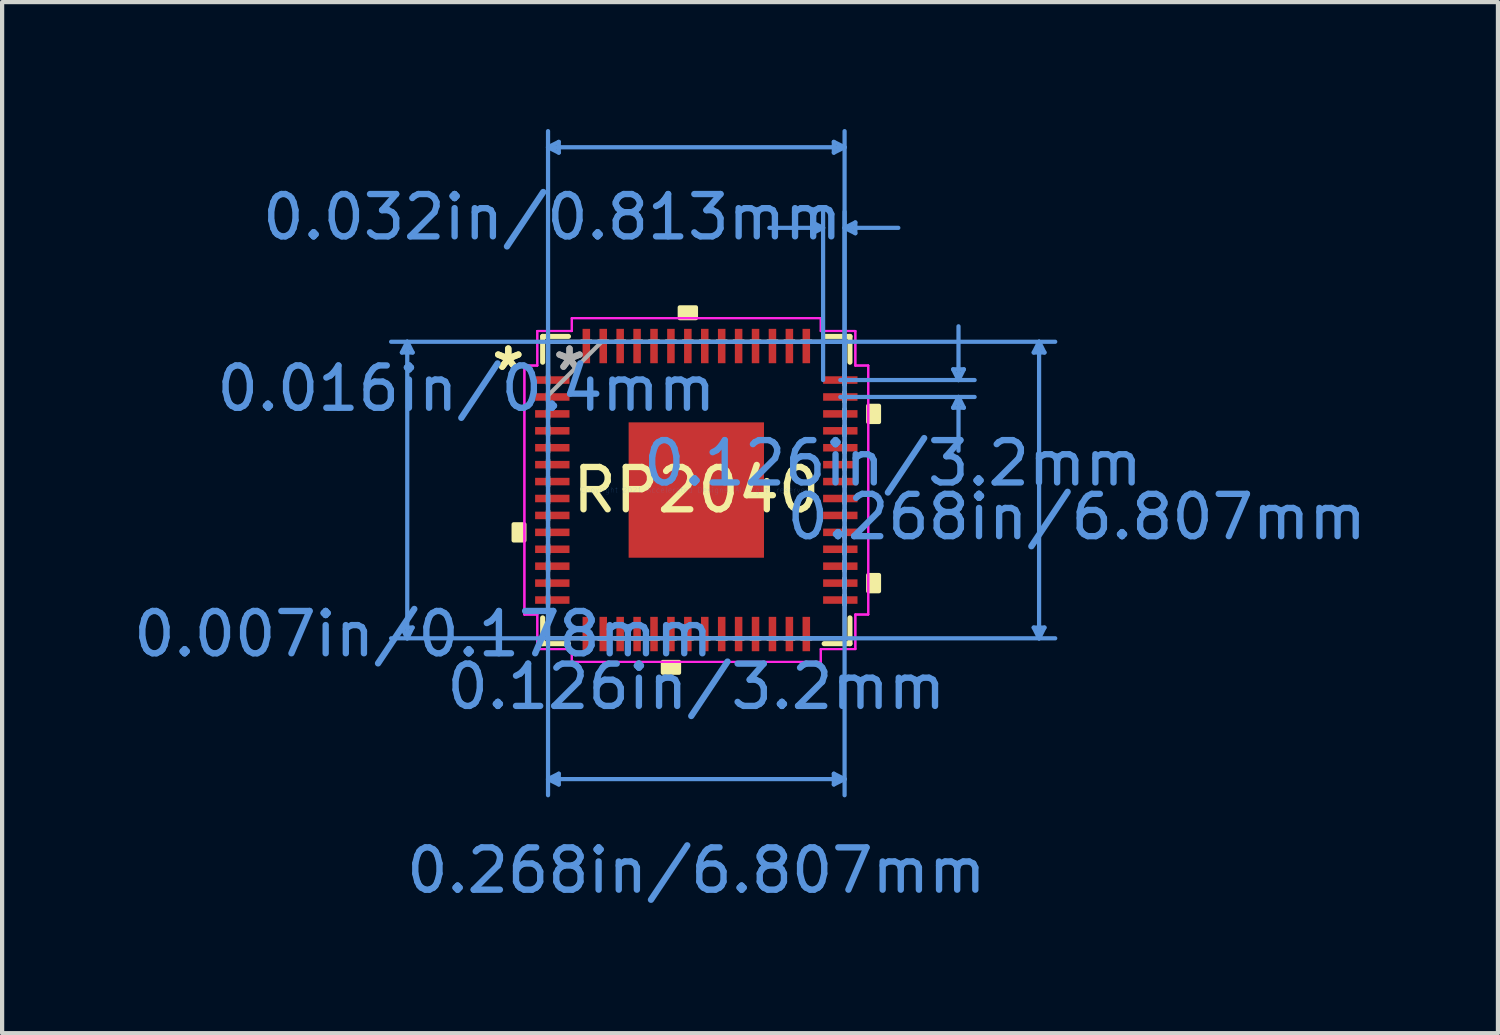
<source format=kicad_pcb>
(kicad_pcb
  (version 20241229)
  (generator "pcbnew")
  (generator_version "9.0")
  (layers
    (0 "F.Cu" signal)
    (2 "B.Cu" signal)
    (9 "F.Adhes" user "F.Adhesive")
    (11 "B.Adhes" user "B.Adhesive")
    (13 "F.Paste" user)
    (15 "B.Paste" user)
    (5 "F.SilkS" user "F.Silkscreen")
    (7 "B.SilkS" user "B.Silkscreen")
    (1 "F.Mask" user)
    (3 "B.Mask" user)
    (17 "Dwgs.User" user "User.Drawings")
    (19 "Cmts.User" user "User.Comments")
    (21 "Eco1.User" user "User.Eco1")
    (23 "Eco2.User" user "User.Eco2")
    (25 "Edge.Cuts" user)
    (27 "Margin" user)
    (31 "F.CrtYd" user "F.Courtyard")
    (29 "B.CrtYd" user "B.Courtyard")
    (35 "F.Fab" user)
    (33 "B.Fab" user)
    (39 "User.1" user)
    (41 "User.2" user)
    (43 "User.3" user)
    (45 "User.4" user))
  (footprint "RP2040"
    (layer "F.Cu")
    (at 13.41 8.534)
    (property "Reference" "RP2040" (at 0 0 0) (layer "F.SilkS") (effects (font (size 1 1) (thickness 0.15))))
    (attr through_hole)
    (fp_line (start -3.632 -3.632) (end -3.632 -3.022) (stroke (width 0.12) (type solid)) (layer "F.SilkS"))
    (fp_line (start -3.632 3.022) (end -3.632 3.632) (stroke (width 0.12) (type solid)) (layer "F.SilkS"))
    (fp_line (start -3.632 3.632) (end -3.022 3.632) (stroke (width 0.12) (type solid)) (layer "F.SilkS"))
    (fp_line (start -3.022 -3.632) (end -3.632 -3.632) (stroke (width 0.12) (type solid)) (layer "F.SilkS"))
    (fp_line (start 3.022 3.632) (end 3.632 3.632) (stroke (width 0.12) (type solid)) (layer "F.SilkS"))
    (fp_line (start 3.632 -3.632) (end 3.022 -3.632) (stroke (width 0.12) (type solid)) (layer "F.SilkS"))
    (fp_line (start 3.632 -3.022) (end 3.632 -3.632) (stroke (width 0.12) (type solid)) (layer "F.SilkS"))
    (fp_line (start 3.632 3.632) (end 3.632 3.022) (stroke (width 0.12) (type solid)) (layer "F.SilkS"))
    (fp_poly (pts (xy -4.318 0.81) (xy -4.318 1.191) (xy -4.064 1.191) (xy -4.064 0.81)) (stroke (width 0.1) (type solid)) (fill yes) (layer "F.SilkS"))
    (fp_poly (pts (xy -0.79 4.064) (xy -0.79 4.318) (xy -0.409 4.318) (xy -0.409 4.064)) (stroke (width 0.1) (type solid)) (fill yes) (layer "F.SilkS"))
    (fp_poly (pts (xy -0.391 -4.064) (xy -0.391 -4.318) (xy -0.009 -4.318) (xy -0.009 -4.064)) (stroke (width 0.1) (type solid)) (fill yes) (layer "F.SilkS"))
    (fp_poly (pts (xy 4.318 -1.99) (xy 4.318 -1.609) (xy 4.064 -1.609) (xy 4.064 -1.99)) (stroke (width 0.1) (type solid)) (fill yes) (layer "F.SilkS"))
    (fp_poly (pts (xy 4.318 2.01) (xy 4.318 2.391) (xy 4.064 2.391) (xy 4.064 2.01)) (stroke (width 0.1) (type solid)) (fill yes) (layer "F.SilkS"))
    (fp_poly (pts (xy -1.5 -1.5) (xy -1.5 -0.1) (xy -0.1 -0.1) (xy -0.1 -1.5)) (stroke (width 0.1) (type solid)) (fill yes) (layer "F.Paste"))
    (fp_poly (pts (xy -1.5 0.1) (xy -1.5 1.5) (xy -0.1 1.5) (xy -0.1 0.1)) (stroke (width 0.1) (type solid)) (fill yes) (layer "F.Paste"))
    (fp_poly (pts (xy 0.1 -1.5) (xy 0.1 -0.1) (xy 1.5 -0.1) (xy 1.5 -1.5)) (stroke (width 0.1) (type solid)) (fill yes) (layer "F.Paste"))
    (fp_poly (pts (xy 0.1 0.1) (xy 0.1 1.5) (xy 1.5 1.5) (xy 1.5 0.1)) (stroke (width 0.1) (type solid)) (fill yes) (layer "F.Paste"))
    (fp_line (start -6.96 -3.251) (end -6.706 -3.251) (stroke (width 0.1) (type solid)) (layer "Cmts.User"))
    (fp_line (start -6.96 3.251) (end -6.706 3.251) (stroke (width 0.1) (type solid)) (layer "Cmts.User"))
    (fp_line (start -6.833 -3.505) (end -6.96 -3.251) (stroke (width 0.1) (type solid)) (layer "Cmts.User"))
    (fp_line (start -6.833 -3.505) (end -6.833 3.505) (stroke (width 0.1) (type solid)) (layer "Cmts.User"))
    (fp_line (start -6.833 -3.505) (end -6.706 -3.251) (stroke (width 0.1) (type solid)) (layer "Cmts.User"))
    (fp_line (start -6.833 3.505) (end -6.96 3.251) (stroke (width 0.1) (type solid)) (layer "Cmts.User"))
    (fp_line (start -6.833 3.505) (end -6.706 3.251) (stroke (width 0.1) (type solid)) (layer "Cmts.User"))
    (fp_line (start -3.505 -8.103) (end -3.251 -8.23) (stroke (width 0.1) (type solid)) (layer "Cmts.User"))
    (fp_line (start -3.505 -8.103) (end -3.251 -7.976) (stroke (width 0.1) (type solid)) (layer "Cmts.User"))
    (fp_line (start -3.505 -8.103) (end 3.505 -8.103) (stroke (width 0.1) (type solid)) (layer "Cmts.User"))
    (fp_line (start -3.505 -3.505) (end -3.505 7.214) (stroke (width 0.1) (type solid)) (layer "Cmts.User"))
    (fp_line (start -3.505 -2.6) (end -3.505 -8.484) (stroke (width 0.1) (type solid)) (layer "Cmts.User"))
    (fp_line (start -3.505 6.833) (end -3.251 6.706) (stroke (width 0.1) (type solid)) (layer "Cmts.User"))
    (fp_line (start -3.505 6.833) (end -3.251 6.96) (stroke (width 0.1) (type solid)) (layer "Cmts.User"))
    (fp_line (start -3.505 6.833) (end 3.505 6.833) (stroke (width 0.1) (type solid)) (layer "Cmts.User"))
    (fp_line (start -3.251 -8.23) (end -3.251 -7.976) (stroke (width 0.1) (type solid)) (layer "Cmts.User"))
    (fp_line (start -3.251 6.706) (end -3.251 6.96) (stroke (width 0.1) (type solid)) (layer "Cmts.User"))
    (fp_line (start 2.6 -3.505) (end 8.484 -3.505) (stroke (width 0.1) (type solid)) (layer "Cmts.User"))
    (fp_line (start 2.6 3.505) (end 8.484 3.505) (stroke (width 0.1) (type solid)) (layer "Cmts.User"))
    (fp_line (start 2.743 -6.325) (end 2.743 -6.071) (stroke (width 0.1) (type solid)) (layer "Cmts.User"))
    (fp_line (start 2.997 -6.198) (end 1.727 -6.198) (stroke (width 0.1) (type solid)) (layer "Cmts.User"))
    (fp_line (start 2.997 -6.198) (end 2.743 -6.325) (stroke (width 0.1) (type solid)) (layer "Cmts.User"))
    (fp_line (start 2.997 -6.198) (end 2.743 -6.071) (stroke (width 0.1) (type solid)) (layer "Cmts.User"))
    (fp_line (start 2.997 -2.6) (end 2.997 -6.579) (stroke (width 0.1) (type solid)) (layer "Cmts.User"))
    (fp_line (start 3.251 -8.23) (end 3.251 -7.976) (stroke (width 0.1) (type solid)) (layer "Cmts.User"))
    (fp_line (start 3.251 6.706) (end 3.251 6.96) (stroke (width 0.1) (type solid)) (layer "Cmts.User"))
    (fp_line (start 3.404 -2.6) (end 6.579 -2.6) (stroke (width 0.1) (type solid)) (layer "Cmts.User"))
    (fp_line (start 3.404 -2.2) (end 6.579 -2.2) (stroke (width 0.1) (type solid)) (layer "Cmts.User"))
    (fp_line (start 3.505 -8.103) (end 3.251 -8.23) (stroke (width 0.1) (type solid)) (layer "Cmts.User"))
    (fp_line (start 3.505 -8.103) (end 3.251 -7.976) (stroke (width 0.1) (type solid)) (layer "Cmts.User"))
    (fp_line (start 3.505 -6.198) (end 3.759 -6.325) (stroke (width 0.1) (type solid)) (layer "Cmts.User"))
    (fp_line (start 3.505 -6.198) (end 3.759 -6.071) (stroke (width 0.1) (type solid)) (layer "Cmts.User"))
    (fp_line (start 3.505 -6.198) (end 4.775 -6.198) (stroke (width 0.1) (type solid)) (layer "Cmts.User"))
    (fp_line (start 3.505 -3.505) (end -7.214 -3.505) (stroke (width 0.1) (type solid)) (layer "Cmts.User"))
    (fp_line (start 3.505 -3.505) (end 3.505 7.214) (stroke (width 0.1) (type solid)) (layer "Cmts.User"))
    (fp_line (start 3.505 -2.6) (end 3.505 -8.484) (stroke (width 0.1) (type solid)) (layer "Cmts.User"))
    (fp_line (start 3.505 -2.6) (end 3.505 -6.579) (stroke (width 0.1) (type solid)) (layer "Cmts.User"))
    (fp_line (start 3.505 3.505) (end -7.214 3.505) (stroke (width 0.1) (type solid)) (layer "Cmts.User"))
    (fp_line (start 3.505 6.833) (end 3.251 6.706) (stroke (width 0.1) (type solid)) (layer "Cmts.User"))
    (fp_line (start 3.505 6.833) (end 3.251 6.96) (stroke (width 0.1) (type solid)) (layer "Cmts.User"))
    (fp_line (start 3.759 -6.325) (end 3.759 -6.071) (stroke (width 0.1) (type solid)) (layer "Cmts.User"))
    (fp_line (start 6.071 -2.854) (end 6.325 -2.854) (stroke (width 0.1) (type solid)) (layer "Cmts.User"))
    (fp_line (start 6.071 -1.946) (end 6.325 -1.946) (stroke (width 0.1) (type solid)) (layer "Cmts.User"))
    (fp_line (start 6.198 -2.6) (end 6.071 -2.854) (stroke (width 0.1) (type solid)) (layer "Cmts.User"))
    (fp_line (start 6.198 -2.6) (end 6.198 -3.87) (stroke (width 0.1) (type solid)) (layer "Cmts.User"))
    (fp_line (start 6.198 -2.6) (end 6.325 -2.854) (stroke (width 0.1) (type solid)) (layer "Cmts.User"))
    (fp_line (start 6.198 -2.2) (end 6.071 -1.946) (stroke (width 0.1) (type solid)) (layer "Cmts.User"))
    (fp_line (start 6.198 -2.2) (end 6.198 -0.93) (stroke (width 0.1) (type solid)) (layer "Cmts.User"))
    (fp_line (start 6.198 -2.2) (end 6.325 -1.946) (stroke (width 0.1) (type solid)) (layer "Cmts.User"))
    (fp_line (start 7.976 -3.251) (end 8.23 -3.251) (stroke (width 0.1) (type solid)) (layer "Cmts.User"))
    (fp_line (start 7.976 3.251) (end 8.23 3.251) (stroke (width 0.1) (type solid)) (layer "Cmts.User"))
    (fp_line (start 8.103 -3.505) (end 7.976 -3.251) (stroke (width 0.1) (type solid)) (layer "Cmts.User"))
    (fp_line (start 8.103 -3.505) (end 8.103 3.505) (stroke (width 0.1) (type solid)) (layer "Cmts.User"))
    (fp_line (start 8.103 -3.505) (end 8.23 -3.251) (stroke (width 0.1) (type solid)) (layer "Cmts.User"))
    (fp_line (start 8.103 3.505) (end 7.976 3.251) (stroke (width 0.1) (type solid)) (layer "Cmts.User"))
    (fp_line (start 8.103 3.505) (end 8.23 3.251) (stroke (width 0.1) (type solid)) (layer "Cmts.User"))
    (fp_line (start -4.064 -2.943) (end -3.759 -2.943) (stroke (width 0.05) (type solid)) (layer "F.CrtYd"))
    (fp_line (start -4.064 -2.943) (end -3.759 -2.943) (stroke (width 0.05) (type solid)) (layer "F.CrtYd"))
    (fp_line (start -4.064 2.943) (end -4.064 -2.943) (stroke (width 0.05) (type solid)) (layer "F.CrtYd"))
    (fp_line (start -4.064 2.943) (end -4.064 -2.943) (stroke (width 0.05) (type solid)) (layer "F.CrtYd"))
    (fp_line (start -3.759 -3.759) (end -2.943 -3.759) (stroke (width 0.05) (type solid)) (layer "F.CrtYd"))
    (fp_line (start -3.759 -3.759) (end -2.943 -3.759) (stroke (width 0.05) (type solid)) (layer "F.CrtYd"))
    (fp_line (start -3.759 -2.943) (end -3.759 -3.759) (stroke (width 0.05) (type solid)) (layer "F.CrtYd"))
    (fp_line (start -3.759 -2.943) (end -3.759 -3.759) (stroke (width 0.05) (type solid)) (layer "F.CrtYd"))
    (fp_line (start -3.759 2.943) (end -4.064 2.943) (stroke (width 0.05) (type solid)) (layer "F.CrtYd"))
    (fp_line (start -3.759 2.943) (end -4.064 2.943) (stroke (width 0.05) (type solid)) (layer "F.CrtYd"))
    (fp_line (start -3.759 3.759) (end -3.759 2.943) (stroke (width 0.05) (type solid)) (layer "F.CrtYd"))
    (fp_line (start -3.759 3.759) (end -3.759 2.943) (stroke (width 0.05) (type solid)) (layer "F.CrtYd"))
    (fp_line (start -2.943 -4.064) (end 2.943 -4.064) (stroke (width 0.05) (type solid)) (layer "F.CrtYd"))
    (fp_line (start -2.943 -4.064) (end 2.943 -4.064) (stroke (width 0.05) (type solid)) (layer "F.CrtYd"))
    (fp_line (start -2.943 -3.759) (end -2.943 -4.064) (stroke (width 0.05) (type solid)) (layer "F.CrtYd"))
    (fp_line (start -2.943 -3.759) (end -2.943 -4.064) (stroke (width 0.05) (type solid)) (layer "F.CrtYd"))
    (fp_line (start -2.943 3.759) (end -3.759 3.759) (stroke (width 0.05) (type solid)) (layer "F.CrtYd"))
    (fp_line (start -2.943 3.759) (end -3.759 3.759) (stroke (width 0.05) (type solid)) (layer "F.CrtYd"))
    (fp_line (start -2.943 4.064) (end -2.943 3.759) (stroke (width 0.05) (type solid)) (layer "F.CrtYd"))
    (fp_line (start -2.943 4.064) (end -2.943 3.759) (stroke (width 0.05) (type solid)) (layer "F.CrtYd"))
    (fp_line (start 2.943 -4.064) (end 2.943 -3.759) (stroke (width 0.05) (type solid)) (layer "F.CrtYd"))
    (fp_line (start 2.943 -4.064) (end 2.943 -3.759) (stroke (width 0.05) (type solid)) (layer "F.CrtYd"))
    (fp_line (start 2.943 -3.759) (end 3.759 -3.759) (stroke (width 0.05) (type solid)) (layer "F.CrtYd"))
    (fp_line (start 2.943 -3.759) (end 3.759 -3.759) (stroke (width 0.05) (type solid)) (layer "F.CrtYd"))
    (fp_line (start 2.943 3.759) (end 2.943 4.064) (stroke (width 0.05) (type solid)) (layer "F.CrtYd"))
    (fp_line (start 2.943 3.759) (end 2.943 4.064) (stroke (width 0.05) (type solid)) (layer "F.CrtYd"))
    (fp_line (start 2.943 4.064) (end -2.943 4.064) (stroke (width 0.05) (type solid)) (layer "F.CrtYd"))
    (fp_line (start 2.943 4.064) (end -2.943 4.064) (stroke (width 0.05) (type solid)) (layer "F.CrtYd"))
    (fp_line (start 3.759 -3.759) (end 3.759 -2.943) (stroke (width 0.05) (type solid)) (layer "F.CrtYd"))
    (fp_line (start 3.759 -3.759) (end 3.759 -2.943) (stroke (width 0.05) (type solid)) (layer "F.CrtYd"))
    (fp_line (start 3.759 -2.943) (end 4.064 -2.943) (stroke (width 0.05) (type solid)) (layer "F.CrtYd"))
    (fp_line (start 3.759 -2.943) (end 4.064 -2.943) (stroke (width 0.05) (type solid)) (layer "F.CrtYd"))
    (fp_line (start 3.759 2.943) (end 3.759 3.759) (stroke (width 0.05) (type solid)) (layer "F.CrtYd"))
    (fp_line (start 3.759 2.943) (end 3.759 3.759) (stroke (width 0.05) (type solid)) (layer "F.CrtYd"))
    (fp_line (start 3.759 3.759) (end 2.943 3.759) (stroke (width 0.05) (type solid)) (layer "F.CrtYd"))
    (fp_line (start 3.759 3.759) (end 2.943 3.759) (stroke (width 0.05) (type solid)) (layer "F.CrtYd"))
    (fp_line (start 4.064 -2.943) (end 4.064 2.943) (stroke (width 0.05) (type solid)) (layer "F.CrtYd"))
    (fp_line (start 4.064 -2.943) (end 4.064 2.943) (stroke (width 0.05) (type solid)) (layer "F.CrtYd"))
    (fp_line (start 4.064 2.943) (end 3.759 2.943) (stroke (width 0.05) (type solid)) (layer "F.CrtYd"))
    (fp_line (start 4.064 2.943) (end 3.759 2.943) (stroke (width 0.05) (type solid)) (layer "F.CrtYd"))
    (fp_line (start -3.505 -3.505) (end -3.505 -3.505) (stroke (width 0.1) (type solid)) (layer "F.Fab"))
    (fp_line (start -3.505 -3.505) (end -3.505 3.505) (stroke (width 0.1) (type solid)) (layer "F.Fab"))
    (fp_line (start -3.505 -2.714) (end -3.505 -2.714) (stroke (width 0.1) (type solid)) (layer "F.Fab"))
    (fp_line (start -3.505 -2.714) (end -3.505 -2.486) (stroke (width 0.1) (type solid)) (layer "F.Fab"))
    (fp_line (start -3.505 -2.486) (end -3.505 -2.714) (stroke (width 0.1) (type solid)) (layer "F.Fab"))
    (fp_line (start -3.505 -2.486) (end -3.505 -2.486) (stroke (width 0.1) (type solid)) (layer "F.Fab"))
    (fp_line (start -3.505 -2.314) (end -3.505 -2.314) (stroke (width 0.1) (type solid)) (layer "F.Fab"))
    (fp_line (start -3.505 -2.314) (end -3.505 -2.086) (stroke (width 0.1) (type solid)) (layer "F.Fab"))
    (fp_line (start -3.505 -2.235) (end -2.235 -3.505) (stroke (width 0.1) (type solid)) (layer "F.Fab"))
    (fp_line (start -3.505 -2.086) (end -3.505 -2.314) (stroke (width 0.1) (type solid)) (layer "F.Fab"))
    (fp_line (start -3.505 -2.086) (end -3.505 -2.086) (stroke (width 0.1) (type solid)) (layer "F.Fab"))
    (fp_line (start -3.505 -1.914) (end -3.505 -1.914) (stroke (width 0.1) (type solid)) (layer "F.Fab"))
    (fp_line (start -3.505 -1.914) (end -3.505 -1.686) (stroke (width 0.1) (type solid)) (layer "F.Fab"))
    (fp_line (start -3.505 -1.686) (end -3.505 -1.914) (stroke (width 0.1) (type solid)) (layer "F.Fab"))
    (fp_line (start -3.505 -1.686) (end -3.505 -1.686) (stroke (width 0.1) (type solid)) (layer "F.Fab"))
    (fp_line (start -3.505 -1.514) (end -3.505 -1.514) (stroke (width 0.1) (type solid)) (layer "F.Fab"))
    (fp_line (start -3.505 -1.514) (end -3.505 -1.286) (stroke (width 0.1) (type solid)) (layer "F.Fab"))
    (fp_line (start -3.505 -1.286) (end -3.505 -1.514) (stroke (width 0.1) (type solid)) (layer "F.Fab"))
    (fp_line (start -3.505 -1.286) (end -3.505 -1.286) (stroke (width 0.1) (type solid)) (layer "F.Fab"))
    (fp_line (start -3.505 -1.114) (end -3.505 -1.114) (stroke (width 0.1) (type solid)) (layer "F.Fab"))
    (fp_line (start -3.505 -1.114) (end -3.505 -0.886) (stroke (width 0.1) (type solid)) (layer "F.Fab"))
    (fp_line (start -3.505 -0.886) (end -3.505 -1.114) (stroke (width 0.1) (type solid)) (layer "F.Fab"))
    (fp_line (start -3.505 -0.886) (end -3.505 -0.886) (stroke (width 0.1) (type solid)) (layer "F.Fab"))
    (fp_line (start -3.505 -0.714) (end -3.505 -0.714) (stroke (width 0.1) (type solid)) (layer "F.Fab"))
    (fp_line (start -3.505 -0.714) (end -3.505 -0.486) (stroke (width 0.1) (type solid)) (layer "F.Fab"))
    (fp_line (start -3.505 -0.486) (end -3.505 -0.714) (stroke (width 0.1) (type solid)) (layer "F.Fab"))
    (fp_line (start -3.505 -0.486) (end -3.505 -0.486) (stroke (width 0.1) (type solid)) (layer "F.Fab"))
    (fp_line (start -3.505 -0.314) (end -3.505 -0.314) (stroke (width 0.1) (type solid)) (layer "F.Fab"))
    (fp_line (start -3.505 -0.314) (end -3.505 -0.086) (stroke (width 0.1) (type solid)) (layer "F.Fab"))
    (fp_line (start -3.505 -0.086) (end -3.505 -0.314) (stroke (width 0.1) (type solid)) (layer "F.Fab"))
    (fp_line (start -3.505 -0.086) (end -3.505 -0.086) (stroke (width 0.1) (type solid)) (layer "F.Fab"))
    (fp_line (start -3.505 0.086) (end -3.505 0.086) (stroke (width 0.1) (type solid)) (layer "F.Fab"))
    (fp_line (start -3.505 0.086) (end -3.505 0.314) (stroke (width 0.1) (type solid)) (layer "F.Fab"))
    (fp_line (start -3.505 0.314) (end -3.505 0.086) (stroke (width 0.1) (type solid)) (layer "F.Fab"))
    (fp_line (start -3.505 0.314) (end -3.505 0.314) (stroke (width 0.1) (type solid)) (layer "F.Fab"))
    (fp_line (start -3.505 0.486) (end -3.505 0.486) (stroke (width 0.1) (type solid)) (layer "F.Fab"))
    (fp_line (start -3.505 0.486) (end -3.505 0.714) (stroke (width 0.1) (type solid)) (layer "F.Fab"))
    (fp_line (start -3.505 0.714) (end -3.505 0.486) (stroke (width 0.1) (type solid)) (layer "F.Fab"))
    (fp_line (start -3.505 0.714) (end -3.505 0.714) (stroke (width 0.1) (type solid)) (layer "F.Fab"))
    (fp_line (start -3.505 0.886) (end -3.505 0.886) (stroke (width 0.1) (type solid)) (layer "F.Fab"))
    (fp_line (start -3.505 0.886) (end -3.505 1.114) (stroke (width 0.1) (type solid)) (layer "F.Fab"))
    (fp_line (start -3.505 1.114) (end -3.505 0.886) (stroke (width 0.1) (type solid)) (layer "F.Fab"))
    (fp_line (start -3.505 1.114) (end -3.505 1.114) (stroke (width 0.1) (type solid)) (layer "F.Fab"))
    (fp_line (start -3.505 1.286) (end -3.505 1.286) (stroke (width 0.1) (type solid)) (layer "F.Fab"))
    (fp_line (start -3.505 1.286) (end -3.505 1.514) (stroke (width 0.1) (type solid)) (layer "F.Fab"))
    (fp_line (start -3.505 1.514) (end -3.505 1.286) (stroke (width 0.1) (type solid)) (layer "F.Fab"))
    (fp_line (start -3.505 1.514) (end -3.505 1.514) (stroke (width 0.1) (type solid)) (layer "F.Fab"))
    (fp_line (start -3.505 1.686) (end -3.505 1.686) (stroke (width 0.1) (type solid)) (layer "F.Fab"))
    (fp_line (start -3.505 1.686) (end -3.505 1.914) (stroke (width 0.1) (type solid)) (layer "F.Fab"))
    (fp_line (start -3.505 1.914) (end -3.505 1.686) (stroke (width 0.1) (type solid)) (layer "F.Fab"))
    (fp_line (start -3.505 1.914) (end -3.505 1.914) (stroke (width 0.1) (type solid)) (layer "F.Fab"))
    (fp_line (start -3.505 2.086) (end -3.505 2.086) (stroke (width 0.1) (type solid)) (layer "F.Fab"))
    (fp_line (start -3.505 2.086) (end -3.505 2.314) (stroke (width 0.1) (type solid)) (layer "F.Fab"))
    (fp_line (start -3.505 2.314) (end -3.505 2.086) (stroke (width 0.1) (type solid)) (layer "F.Fab"))
    (fp_line (start -3.505 2.314) (end -3.505 2.314) (stroke (width 0.1) (type solid)) (layer "F.Fab"))
    (fp_line (start -3.505 2.486) (end -3.505 2.486) (stroke (width 0.1) (type solid)) (layer "F.Fab"))
    (fp_line (start -3.505 2.486) (end -3.505 2.714) (stroke (width 0.1) (type solid)) (layer "F.Fab"))
    (fp_line (start -3.505 2.714) (end -3.505 2.486) (stroke (width 0.1) (type solid)) (layer "F.Fab"))
    (fp_line (start -3.505 2.714) (end -3.505 2.714) (stroke (width 0.1) (type solid)) (layer "F.Fab"))
    (fp_line (start -3.505 3.505) (end -3.505 3.505) (stroke (width 0.1) (type solid)) (layer "F.Fab"))
    (fp_line (start -3.505 3.505) (end 3.505 3.505) (stroke (width 0.1) (type solid)) (layer "F.Fab"))
    (fp_line (start -2.714 -3.505) (end -2.714 -3.505) (stroke (width 0.1) (type solid)) (layer "F.Fab"))
    (fp_line (start -2.714 -3.505) (end -2.486 -3.505) (stroke (width 0.1) (type solid)) (layer "F.Fab"))
    (fp_line (start -2.714 3.505) (end -2.714 3.505) (stroke (width 0.1) (type solid)) (layer "F.Fab"))
    (fp_line (start -2.714 3.505) (end -2.486 3.505) (stroke (width 0.1) (type solid)) (layer "F.Fab"))
    (fp_line (start -2.486 -3.505) (end -2.714 -3.505) (stroke (width 0.1) (type solid)) (layer "F.Fab"))
    (fp_line (start -2.486 -3.505) (end -2.486 -3.505) (stroke (width 0.1) (type solid)) (layer "F.Fab"))
    (fp_line (start -2.486 3.505) (end -2.714 3.505) (stroke (width 0.1) (type solid)) (layer "F.Fab"))
    (fp_line (start -2.486 3.505) (end -2.486 3.505) (stroke (width 0.1) (type solid)) (layer "F.Fab"))
    (fp_line (start -2.314 -3.505) (end -2.314 -3.505) (stroke (width 0.1) (type solid)) (layer "F.Fab"))
    (fp_line (start -2.314 -3.505) (end -2.086 -3.505) (stroke (width 0.1) (type solid)) (layer "F.Fab"))
    (fp_line (start -2.314 3.505) (end -2.314 3.505) (stroke (width 0.1) (type solid)) (layer "F.Fab"))
    (fp_line (start -2.314 3.505) (end -2.086 3.505) (stroke (width 0.1) (type solid)) (layer "F.Fab"))
    (fp_line (start -2.086 -3.505) (end -2.314 -3.505) (stroke (width 0.1) (type solid)) (layer "F.Fab"))
    (fp_line (start -2.086 -3.505) (end -2.086 -3.505) (stroke (width 0.1) (type solid)) (layer "F.Fab"))
    (fp_line (start -2.086 3.505) (end -2.314 3.505) (stroke (width 0.1) (type solid)) (layer "F.Fab"))
    (fp_line (start -2.086 3.505) (end -2.086 3.505) (stroke (width 0.1) (type solid)) (layer "F.Fab"))
    (fp_line (start -1.914 -3.505) (end -1.914 -3.505) (stroke (width 0.1) (type solid)) (layer "F.Fab"))
    (fp_line (start -1.914 -3.505) (end -1.686 -3.505) (stroke (width 0.1) (type solid)) (layer "F.Fab"))
    (fp_line (start -1.914 3.505) (end -1.914 3.505) (stroke (width 0.1) (type solid)) (layer "F.Fab"))
    (fp_line (start -1.914 3.505) (end -1.686 3.505) (stroke (width 0.1) (type solid)) (layer "F.Fab"))
    (fp_line (start -1.686 -3.505) (end -1.914 -3.505) (stroke (width 0.1) (type solid)) (layer "F.Fab"))
    (fp_line (start -1.686 -3.505) (end -1.686 -3.505) (stroke (width 0.1) (type solid)) (layer "F.Fab"))
    (fp_line (start -1.686 3.505) (end -1.914 3.505) (stroke (width 0.1) (type solid)) (layer "F.Fab"))
    (fp_line (start -1.686 3.505) (end -1.686 3.505) (stroke (width 0.1) (type solid)) (layer "F.Fab"))
    (fp_line (start -1.514 -3.505) (end -1.514 -3.505) (stroke (width 0.1) (type solid)) (layer "F.Fab"))
    (fp_line (start -1.514 -3.505) (end -1.286 -3.505) (stroke (width 0.1) (type solid)) (layer "F.Fab"))
    (fp_line (start -1.514 3.505) (end -1.514 3.505) (stroke (width 0.1) (type solid)) (layer "F.Fab"))
    (fp_line (start -1.514 3.505) (end -1.286 3.505) (stroke (width 0.1) (type solid)) (layer "F.Fab"))
    (fp_line (start -1.286 -3.505) (end -1.514 -3.505) (stroke (width 0.1) (type solid)) (layer "F.Fab"))
    (fp_line (start -1.286 -3.505) (end -1.286 -3.505) (stroke (width 0.1) (type solid)) (layer "F.Fab"))
    (fp_line (start -1.286 3.505) (end -1.514 3.505) (stroke (width 0.1) (type solid)) (layer "F.Fab"))
    (fp_line (start -1.286 3.505) (end -1.286 3.505) (stroke (width 0.1) (type solid)) (layer "F.Fab"))
    (fp_line (start -1.114 -3.505) (end -1.114 -3.505) (stroke (width 0.1) (type solid)) (layer "F.Fab"))
    (fp_line (start -1.114 -3.505) (end -0.886 -3.505) (stroke (width 0.1) (type solid)) (layer "F.Fab"))
    (fp_line (start -1.114 3.505) (end -1.114 3.505) (stroke (width 0.1) (type solid)) (layer "F.Fab"))
    (fp_line (start -1.114 3.505) (end -0.886 3.505) (stroke (width 0.1) (type solid)) (layer "F.Fab"))
    (fp_line (start -0.886 -3.505) (end -1.114 -3.505) (stroke (width 0.1) (type solid)) (layer "F.Fab"))
    (fp_line (start -0.886 -3.505) (end -0.886 -3.505) (stroke (width 0.1) (type solid)) (layer "F.Fab"))
    (fp_line (start -0.886 3.505) (end -1.114 3.505) (stroke (width 0.1) (type solid)) (layer "F.Fab"))
    (fp_line (start -0.886 3.505) (end -0.886 3.505) (stroke (width 0.1) (type solid)) (layer "F.Fab"))
    (fp_line (start -0.714 -3.505) (end -0.714 -3.505) (stroke (width 0.1) (type solid)) (layer "F.Fab"))
    (fp_line (start -0.714 -3.505) (end -0.486 -3.505) (stroke (width 0.1) (type solid)) (layer "F.Fab"))
    (fp_line (start -0.714 3.505) (end -0.714 3.505) (stroke (width 0.1) (type solid)) (layer "F.Fab"))
    (fp_line (start -0.714 3.505) (end -0.486 3.505) (stroke (width 0.1) (type solid)) (layer "F.Fab"))
    (fp_line (start -0.486 -3.505) (end -0.714 -3.505) (stroke (width 0.1) (type solid)) (layer "F.Fab"))
    (fp_line (start -0.486 -3.505) (end -0.486 -3.505) (stroke (width 0.1) (type solid)) (layer "F.Fab"))
    (fp_line (start -0.486 3.505) (end -0.714 3.505) (stroke (width 0.1) (type solid)) (layer "F.Fab"))
    (fp_line (start -0.486 3.505) (end -0.486 3.505) (stroke (width 0.1) (type solid)) (layer "F.Fab"))
    (fp_line (start -0.314 -3.505) (end -0.314 -3.505) (stroke (width 0.1) (type solid)) (layer "F.Fab"))
    (fp_line (start -0.314 -3.505) (end -0.086 -3.505) (stroke (width 0.1) (type solid)) (layer "F.Fab"))
    (fp_line (start -0.314 3.505) (end -0.314 3.505) (stroke (width 0.1) (type solid)) (layer "F.Fab"))
    (fp_line (start -0.314 3.505) (end -0.086 3.505) (stroke (width 0.1) (type solid)) (layer "F.Fab"))
    (fp_line (start -0.086 -3.505) (end -0.314 -3.505) (stroke (width 0.1) (type solid)) (layer "F.Fab"))
    (fp_line (start -0.086 -3.505) (end -0.086 -3.505) (stroke (width 0.1) (type solid)) (layer "F.Fab"))
    (fp_line (start -0.086 3.505) (end -0.314 3.505) (stroke (width 0.1) (type solid)) (layer "F.Fab"))
    (fp_line (start -0.086 3.505) (end -0.086 3.505) (stroke (width 0.1) (type solid)) (layer "F.Fab"))
    (fp_line (start 0.086 -3.505) (end 0.086 -3.505) (stroke (width 0.1) (type solid)) (layer "F.Fab"))
    (fp_line (start 0.086 -3.505) (end 0.314 -3.505) (stroke (width 0.1) (type solid)) (layer "F.Fab"))
    (fp_line (start 0.086 3.505) (end 0.086 3.505) (stroke (width 0.1) (type solid)) (layer "F.Fab"))
    (fp_line (start 0.086 3.505) (end 0.314 3.505) (stroke (width 0.1) (type solid)) (layer "F.Fab"))
    (fp_line (start 0.314 -3.505) (end 0.086 -3.505) (stroke (width 0.1) (type solid)) (layer "F.Fab"))
    (fp_line (start 0.314 -3.505) (end 0.314 -3.505) (stroke (width 0.1) (type solid)) (layer "F.Fab"))
    (fp_line (start 0.314 3.505) (end 0.086 3.505) (stroke (width 0.1) (type solid)) (layer "F.Fab"))
    (fp_line (start 0.314 3.505) (end 0.314 3.505) (stroke (width 0.1) (type solid)) (layer "F.Fab"))
    (fp_line (start 0.486 -3.505) (end 0.486 -3.505) (stroke (width 0.1) (type solid)) (layer "F.Fab"))
    (fp_line (start 0.486 -3.505) (end 0.714 -3.505) (stroke (width 0.1) (type solid)) (layer "F.Fab"))
    (fp_line (start 0.486 3.505) (end 0.486 3.505) (stroke (width 0.1) (type solid)) (layer "F.Fab"))
    (fp_line (start 0.486 3.505) (end 0.714 3.505) (stroke (width 0.1) (type solid)) (layer "F.Fab"))
    (fp_line (start 0.714 -3.505) (end 0.486 -3.505) (stroke (width 0.1) (type solid)) (layer "F.Fab"))
    (fp_line (start 0.714 -3.505) (end 0.714 -3.505) (stroke (width 0.1) (type solid)) (layer "F.Fab"))
    (fp_line (start 0.714 3.505) (end 0.486 3.505) (stroke (width 0.1) (type solid)) (layer "F.Fab"))
    (fp_line (start 0.714 3.505) (end 0.714 3.505) (stroke (width 0.1) (type solid)) (layer "F.Fab"))
    (fp_line (start 0.886 -3.505) (end 0.886 -3.505) (stroke (width 0.1) (type solid)) (layer "F.Fab"))
    (fp_line (start 0.886 -3.505) (end 1.114 -3.505) (stroke (width 0.1) (type solid)) (layer "F.Fab"))
    (fp_line (start 0.886 3.505) (end 0.886 3.505) (stroke (width 0.1) (type solid)) (layer "F.Fab"))
    (fp_line (start 0.886 3.505) (end 1.114 3.505) (stroke (width 0.1) (type solid)) (layer "F.Fab"))
    (fp_line (start 1.114 -3.505) (end 0.886 -3.505) (stroke (width 0.1) (type solid)) (layer "F.Fab"))
    (fp_line (start 1.114 -3.505) (end 1.114 -3.505) (stroke (width 0.1) (type solid)) (layer "F.Fab"))
    (fp_line (start 1.114 3.505) (end 0.886 3.505) (stroke (width 0.1) (type solid)) (layer "F.Fab"))
    (fp_line (start 1.114 3.505) (end 1.114 3.505) (stroke (width 0.1) (type solid)) (layer "F.Fab"))
    (fp_line (start 1.286 -3.505) (end 1.286 -3.505) (stroke (width 0.1) (type solid)) (layer "F.Fab"))
    (fp_line (start 1.286 -3.505) (end 1.514 -3.505) (stroke (width 0.1) (type solid)) (layer "F.Fab"))
    (fp_line (start 1.286 3.505) (end 1.286 3.505) (stroke (width 0.1) (type solid)) (layer "F.Fab"))
    (fp_line (start 1.286 3.505) (end 1.514 3.505) (stroke (width 0.1) (type solid)) (layer "F.Fab"))
    (fp_line (start 1.514 -3.505) (end 1.286 -3.505) (stroke (width 0.1) (type solid)) (layer "F.Fab"))
    (fp_line (start 1.514 -3.505) (end 1.514 -3.505) (stroke (width 0.1) (type solid)) (layer "F.Fab"))
    (fp_line (start 1.514 3.505) (end 1.286 3.505) (stroke (width 0.1) (type solid)) (layer "F.Fab"))
    (fp_line (start 1.514 3.505) (end 1.514 3.505) (stroke (width 0.1) (type solid)) (layer "F.Fab"))
    (fp_line (start 1.686 -3.505) (end 1.686 -3.505) (stroke (width 0.1) (type solid)) (layer "F.Fab"))
    (fp_line (start 1.686 -3.505) (end 1.914 -3.505) (stroke (width 0.1) (type solid)) (layer "F.Fab"))
    (fp_line (start 1.686 3.505) (end 1.686 3.505) (stroke (width 0.1) (type solid)) (layer "F.Fab"))
    (fp_line (start 1.686 3.505) (end 1.914 3.505) (stroke (width 0.1) (type solid)) (layer "F.Fab"))
    (fp_line (start 1.914 -3.505) (end 1.686 -3.505) (stroke (width 0.1) (type solid)) (layer "F.Fab"))
    (fp_line (start 1.914 -3.505) (end 1.914 -3.505) (stroke (width 0.1) (type solid)) (layer "F.Fab"))
    (fp_line (start 1.914 3.505) (end 1.686 3.505) (stroke (width 0.1) (type solid)) (layer "F.Fab"))
    (fp_line (start 1.914 3.505) (end 1.914 3.505) (stroke (width 0.1) (type solid)) (layer "F.Fab"))
    (fp_line (start 2.086 -3.505) (end 2.086 -3.505) (stroke (width 0.1) (type solid)) (layer "F.Fab"))
    (fp_line (start 2.086 -3.505) (end 2.314 -3.505) (stroke (width 0.1) (type solid)) (layer "F.Fab"))
    (fp_line (start 2.086 3.505) (end 2.086 3.505) (stroke (width 0.1) (type solid)) (layer "F.Fab"))
    (fp_line (start 2.086 3.505) (end 2.314 3.505) (stroke (width 0.1) (type solid)) (layer "F.Fab"))
    (fp_line (start 2.314 -3.505) (end 2.086 -3.505) (stroke (width 0.1) (type solid)) (layer "F.Fab"))
    (fp_line (start 2.314 -3.505) (end 2.314 -3.505) (stroke (width 0.1) (type solid)) (layer "F.Fab"))
    (fp_line (start 2.314 3.505) (end 2.086 3.505) (stroke (width 0.1) (type solid)) (layer "F.Fab"))
    (fp_line (start 2.314 3.505) (end 2.314 3.505) (stroke (width 0.1) (type solid)) (layer "F.Fab"))
    (fp_line (start 2.486 -3.505) (end 2.486 -3.505) (stroke (width 0.1) (type solid)) (layer "F.Fab"))
    (fp_line (start 2.486 -3.505) (end 2.714 -3.505) (stroke (width 0.1) (type solid)) (layer "F.Fab"))
    (fp_line (start 2.486 3.505) (end 2.486 3.505) (stroke (width 0.1) (type solid)) (layer "F.Fab"))
    (fp_line (start 2.486 3.505) (end 2.714 3.505) (stroke (width 0.1) (type solid)) (layer "F.Fab"))
    (fp_line (start 2.714 -3.505) (end 2.486 -3.505) (stroke (width 0.1) (type solid)) (layer "F.Fab"))
    (fp_line (start 2.714 -3.505) (end 2.714 -3.505) (stroke (width 0.1) (type solid)) (layer "F.Fab"))
    (fp_line (start 2.714 3.505) (end 2.486 3.505) (stroke (width 0.1) (type solid)) (layer "F.Fab"))
    (fp_line (start 2.714 3.505) (end 2.714 3.505) (stroke (width 0.1) (type solid)) (layer "F.Fab"))
    (fp_line (start 3.505 -3.505) (end -3.505 -3.505) (stroke (width 0.1) (type solid)) (layer "F.Fab"))
    (fp_line (start 3.505 -3.505) (end 3.505 -3.505) (stroke (width 0.1) (type solid)) (layer "F.Fab"))
    (fp_line (start 3.505 -2.714) (end 3.505 -2.714) (stroke (width 0.1) (type solid)) (layer "F.Fab"))
    (fp_line (start 3.505 -2.714) (end 3.505 -2.486) (stroke (width 0.1) (type solid)) (layer "F.Fab"))
    (fp_line (start 3.505 -2.486) (end 3.505 -2.714) (stroke (width 0.1) (type solid)) (layer "F.Fab"))
    (fp_line (start 3.505 -2.486) (end 3.505 -2.486) (stroke (width 0.1) (type solid)) (layer "F.Fab"))
    (fp_line (start 3.505 -2.314) (end 3.505 -2.314) (stroke (width 0.1) (type solid)) (layer "F.Fab"))
    (fp_line (start 3.505 -2.314) (end 3.505 -2.086) (stroke (width 0.1) (type solid)) (layer "F.Fab"))
    (fp_line (start 3.505 -2.086) (end 3.505 -2.314) (stroke (width 0.1) (type solid)) (layer "F.Fab"))
    (fp_line (start 3.505 -2.086) (end 3.505 -2.086) (stroke (width 0.1) (type solid)) (layer "F.Fab"))
    (fp_line (start 3.505 -1.914) (end 3.505 -1.914) (stroke (width 0.1) (type solid)) (layer "F.Fab"))
    (fp_line (start 3.505 -1.914) (end 3.505 -1.686) (stroke (width 0.1) (type solid)) (layer "F.Fab"))
    (fp_line (start 3.505 -1.686) (end 3.505 -1.914) (stroke (width 0.1) (type solid)) (layer "F.Fab"))
    (fp_line (start 3.505 -1.686) (end 3.505 -1.686) (stroke (width 0.1) (type solid)) (layer "F.Fab"))
    (fp_line (start 3.505 -1.514) (end 3.505 -1.514) (stroke (width 0.1) (type solid)) (layer "F.Fab"))
    (fp_line (start 3.505 -1.514) (end 3.505 -1.286) (stroke (width 0.1) (type solid)) (layer "F.Fab"))
    (fp_line (start 3.505 -1.286) (end 3.505 -1.514) (stroke (width 0.1) (type solid)) (layer "F.Fab"))
    (fp_line (start 3.505 -1.286) (end 3.505 -1.286) (stroke (width 0.1) (type solid)) (layer "F.Fab"))
    (fp_line (start 3.505 -1.114) (end 3.505 -1.114) (stroke (width 0.1) (type solid)) (layer "F.Fab"))
    (fp_line (start 3.505 -1.114) (end 3.505 -0.886) (stroke (width 0.1) (type solid)) (layer "F.Fab"))
    (fp_line (start 3.505 -0.886) (end 3.505 -1.114) (stroke (width 0.1) (type solid)) (layer "F.Fab"))
    (fp_line (start 3.505 -0.886) (end 3.505 -0.886) (stroke (width 0.1) (type solid)) (layer "F.Fab"))
    (fp_line (start 3.505 -0.714) (end 3.505 -0.714) (stroke (width 0.1) (type solid)) (layer "F.Fab"))
    (fp_line (start 3.505 -0.714) (end 3.505 -0.486) (stroke (width 0.1) (type solid)) (layer "F.Fab"))
    (fp_line (start 3.505 -0.486) (end 3.505 -0.714) (stroke (width 0.1) (type solid)) (layer "F.Fab"))
    (fp_line (start 3.505 -0.486) (end 3.505 -0.486) (stroke (width 0.1) (type solid)) (layer "F.Fab"))
    (fp_line (start 3.505 -0.314) (end 3.505 -0.314) (stroke (width 0.1) (type solid)) (layer "F.Fab"))
    (fp_line (start 3.505 -0.314) (end 3.505 -0.086) (stroke (width 0.1) (type solid)) (layer "F.Fab"))
    (fp_line (start 3.505 -0.086) (end 3.505 -0.314) (stroke (width 0.1) (type solid)) (layer "F.Fab"))
    (fp_line (start 3.505 -0.086) (end 3.505 -0.086) (stroke (width 0.1) (type solid)) (layer "F.Fab"))
    (fp_line (start 3.505 0.086) (end 3.505 0.086) (stroke (width 0.1) (type solid)) (layer "F.Fab"))
    (fp_line (start 3.505 0.086) (end 3.505 0.314) (stroke (width 0.1) (type solid)) (layer "F.Fab"))
    (fp_line (start 3.505 0.314) (end 3.505 0.086) (stroke (width 0.1) (type solid)) (layer "F.Fab"))
    (fp_line (start 3.505 0.314) (end 3.505 0.314) (stroke (width 0.1) (type solid)) (layer "F.Fab"))
    (fp_line (start 3.505 0.486) (end 3.505 0.486) (stroke (width 0.1) (type solid)) (layer "F.Fab"))
    (fp_line (start 3.505 0.486) (end 3.505 0.714) (stroke (width 0.1) (type solid)) (layer "F.Fab"))
    (fp_line (start 3.505 0.714) (end 3.505 0.486) (stroke (width 0.1) (type solid)) (layer "F.Fab"))
    (fp_line (start 3.505 0.714) (end 3.505 0.714) (stroke (width 0.1) (type solid)) (layer "F.Fab"))
    (fp_line (start 3.505 0.886) (end 3.505 0.886) (stroke (width 0.1) (type solid)) (layer "F.Fab"))
    (fp_line (start 3.505 0.886) (end 3.505 1.114) (stroke (width 0.1) (type solid)) (layer "F.Fab"))
    (fp_line (start 3.505 1.114) (end 3.505 0.886) (stroke (width 0.1) (type solid)) (layer "F.Fab"))
    (fp_line (start 3.505 1.114) (end 3.505 1.114) (stroke (width 0.1) (type solid)) (layer "F.Fab"))
    (fp_line (start 3.505 1.286) (end 3.505 1.286) (stroke (width 0.1) (type solid)) (layer "F.Fab"))
    (fp_line (start 3.505 1.286) (end 3.505 1.514) (stroke (width 0.1) (type solid)) (layer "F.Fab"))
    (fp_line (start 3.505 1.514) (end 3.505 1.286) (stroke (width 0.1) (type solid)) (layer "F.Fab"))
    (fp_line (start 3.505 1.514) (end 3.505 1.514) (stroke (width 0.1) (type solid)) (layer "F.Fab"))
    (fp_line (start 3.505 1.686) (end 3.505 1.686) (stroke (width 0.1) (type solid)) (layer "F.Fab"))
    (fp_line (start 3.505 1.686) (end 3.505 1.914) (stroke (width 0.1) (type solid)) (layer "F.Fab"))
    (fp_line (start 3.505 1.914) (end 3.505 1.686) (stroke (width 0.1) (type solid)) (layer "F.Fab"))
    (fp_line (start 3.505 1.914) (end 3.505 1.914) (stroke (width 0.1) (type solid)) (layer "F.Fab"))
    (fp_line (start 3.505 2.086) (end 3.505 2.086) (stroke (width 0.1) (type solid)) (layer "F.Fab"))
    (fp_line (start 3.505 2.086) (end 3.505 2.314) (stroke (width 0.1) (type solid)) (layer "F.Fab"))
    (fp_line (start 3.505 2.314) (end 3.505 2.086) (stroke (width 0.1) (type solid)) (layer "F.Fab"))
    (fp_line (start 3.505 2.314) (end 3.505 2.314) (stroke (width 0.1) (type solid)) (layer "F.Fab"))
    (fp_line (start 3.505 2.486) (end 3.505 2.486) (stroke (width 0.1) (type solid)) (layer "F.Fab"))
    (fp_line (start 3.505 2.486) (end 3.505 2.714) (stroke (width 0.1) (type solid)) (layer "F.Fab"))
    (fp_line (start 3.505 2.714) (end 3.505 2.486) (stroke (width 0.1) (type solid)) (layer "F.Fab"))
    (fp_line (start 3.505 2.714) (end 3.505 2.714) (stroke (width 0.1) (type solid)) (layer "F.Fab"))
    (fp_line (start 3.505 3.505) (end 3.505 -3.505) (stroke (width 0.1) (type solid)) (layer "F.Fab"))
    (fp_line (start 3.505 3.505) (end 3.505 3.505) (stroke (width 0.1) (type solid)) (layer "F.Fab"))
    (fp_text user "*" (at -4.445 -2.8 0) (layer "F.SilkS") (effects (font (size 1 1) (thickness 0.15))))
    (fp_text user "*" (at -4.445 -2.8 0) (layer "F.SilkS") (effects (font (size 1 1) (thickness 0.15))))
    (fp_text user "0.007in/0.178mm" (at -6.452 3.404 0) (layer "Cmts.User") (effects (font (size 1 1) (thickness 0.15))))
    (fp_text user "0.032in/0.813mm" (at -3.404 -6.452 0) (layer "Cmts.User") (effects (font (size 1 1) (thickness 0.15))))
    (fp_text user "0.016in/0.4mm" (at -5.436 -2.4 0) (layer "Cmts.User") (effects (font (size 1 1) (thickness 0.15))))
    (fp_text user "0.126in/3.2mm" (at 4.648 -0.635 0) (layer "Cmts.User") (effects (font (size 1 1) (thickness 0.15))))
    (fp_text user "Copyright 2021 Accelerated Designs. All rights reserved." (at 0 0 0) (layer "Cmts.User") (effects (font (size 0.127 0.127) (thickness 0.002))))
    (fp_text user "0.268in/6.807mm" (at 8.992 0.635 0) (layer "Cmts.User") (effects (font (size 1 1) (thickness 0.15))))
    (fp_text user "0.268in/6.807mm" (at 0 8.992 0) (layer "Cmts.User") (effects (font (size 1 1) (thickness 0.15))))
    (fp_text user "0.126in/3.2mm" (at 0 4.648 0) (layer "Cmts.User") (effects (font (size 1 1) (thickness 0.15))))
    (fp_text user "*" (at -2.997 -2.8 0) (layer "F.Fab") (effects (font (size 1 1) (thickness 0.15))))
    (fp_text user "*" (at -2.997 -2.8 0) (layer "F.Fab") (effects (font (size 1 1) (thickness 0.15))))
    (pad "1" smd rect (at -3.404 -2.6 90) (size 0.178 0.813) (layers "F.Cu" "F.Mask" "F.Paste"))
    (pad "2" smd rect (at -3.404 -2.2 90) (size 0.178 0.813) (layers "F.Cu" "F.Mask" "F.Paste"))
    (pad "3" smd rect (at -3.404 -1.8 90) (size 0.178 0.813) (layers "F.Cu" "F.Mask" "F.Paste"))
    (pad "4" smd rect (at -3.404 -1.4 90) (size 0.178 0.813) (layers "F.Cu" "F.Mask" "F.Paste"))
    (pad "5" smd rect (at -3.404 -1 90) (size 0.178 0.813) (layers "F.Cu" "F.Mask" "F.Paste"))
    (pad "6" smd rect (at -3.404 -0.6 90) (size 0.178 0.813) (layers "F.Cu" "F.Mask" "F.Paste"))
    (pad "7" smd rect (at -3.404 -0.2 90) (size 0.178 0.813) (layers "F.Cu" "F.Mask" "F.Paste"))
    (pad "8" smd rect (at -3.404 0.2 90) (size 0.178 0.813) (layers "F.Cu" "F.Mask" "F.Paste"))
    (pad "9" smd rect (at -3.404 0.6 90) (size 0.178 0.813) (layers "F.Cu" "F.Mask" "F.Paste"))
    (pad "10" smd rect (at -3.404 1 90) (size 0.178 0.813) (layers "F.Cu" "F.Mask" "F.Paste"))
    (pad "11" smd rect (at -3.404 1.4 90) (size 0.178 0.813) (layers "F.Cu" "F.Mask" "F.Paste"))
    (pad "12" smd rect (at -3.404 1.8 90) (size 0.178 0.813) (layers "F.Cu" "F.Mask" "F.Paste"))
    (pad "13" smd rect (at -3.404 2.2 90) (size 0.178 0.813) (layers "F.Cu" "F.Mask" "F.Paste"))
    (pad "14" smd rect (at -3.404 2.6 90) (size 0.178 0.813) (layers "F.Cu" "F.Mask" "F.Paste"))
    (pad "15" smd rect (at -2.6 3.404) (size 0.178 0.813) (layers "F.Cu" "F.Mask" "F.Paste"))
    (pad "16" smd rect (at -2.2 3.404) (size 0.178 0.813) (layers "F.Cu" "F.Mask" "F.Paste"))
    (pad "17" smd rect (at -1.8 3.404) (size 0.178 0.813) (layers "F.Cu" "F.Mask" "F.Paste"))
    (pad "18" smd rect (at -1.4 3.404) (size 0.178 0.813) (layers "F.Cu" "F.Mask" "F.Paste"))
    (pad "19" smd rect (at -1 3.404) (size 0.178 0.813) (layers "F.Cu" "F.Mask" "F.Paste"))
    (pad "20" smd rect (at -0.6 3.404) (size 0.178 0.813) (layers "F.Cu" "F.Mask" "F.Paste"))
    (pad "21" smd rect (at -0.2 3.404) (size 0.178 0.813) (layers "F.Cu" "F.Mask" "F.Paste"))
    (pad "22" smd rect (at 0.2 3.404) (size 0.178 0.813) (layers "F.Cu" "F.Mask" "F.Paste"))
    (pad "23" smd rect (at 0.6 3.404) (size 0.178 0.813) (layers "F.Cu" "F.Mask" "F.Paste"))
    (pad "24" smd rect (at 1 3.404) (size 0.178 0.813) (layers "F.Cu" "F.Mask" "F.Paste"))
    (pad "25" smd rect (at 1.4 3.404) (size 0.178 0.813) (layers "F.Cu" "F.Mask" "F.Paste"))
    (pad "26" smd rect (at 1.8 3.404) (size 0.178 0.813) (layers "F.Cu" "F.Mask" "F.Paste"))
    (pad "27" smd rect (at 2.2 3.404) (size 0.178 0.813) (layers "F.Cu" "F.Mask" "F.Paste"))
    (pad "28" smd rect (at 2.6 3.404) (size 0.178 0.813) (layers "F.Cu" "F.Mask" "F.Paste"))
    (pad "29" smd rect (at 3.404 2.6 90) (size 0.178 0.813) (layers "F.Cu" "F.Mask" "F.Paste"))
    (pad "30" smd rect (at 3.404 2.2 90) (size 0.178 0.813) (layers "F.Cu" "F.Mask" "F.Paste"))
    (pad "31" smd rect (at 3.404 1.8 90) (size 0.178 0.813) (layers "F.Cu" "F.Mask" "F.Paste"))
    (pad "32" smd rect (at 3.404 1.4 90) (size 0.178 0.813) (layers "F.Cu" "F.Mask" "F.Paste"))
    (pad "33" smd rect (at 3.404 1 90) (size 0.178 0.813) (layers "F.Cu" "F.Mask" "F.Paste"))
    (pad "34" smd rect (at 3.404 0.6 90) (size 0.178 0.813) (layers "F.Cu" "F.Mask" "F.Paste"))
    (pad "35" smd rect (at 3.404 0.2 90) (size 0.178 0.813) (layers "F.Cu" "F.Mask" "F.Paste"))
    (pad "36" smd rect (at 3.404 -0.2 90) (size 0.178 0.813) (layers "F.Cu" "F.Mask" "F.Paste"))
    (pad "37" smd rect (at 3.404 -0.6 90) (size 0.178 0.813) (layers "F.Cu" "F.Mask" "F.Paste"))
    (pad "38" smd rect (at 3.404 -1 90) (size 0.178 0.813) (layers "F.Cu" "F.Mask" "F.Paste"))
    (pad "39" smd rect (at 3.404 -1.4 90) (size 0.178 0.813) (layers "F.Cu" "F.Mask" "F.Paste"))
    (pad "40" smd rect (at 3.404 -1.8 90) (size 0.178 0.813) (layers "F.Cu" "F.Mask" "F.Paste"))
    (pad "41" smd rect (at 3.404 -2.2 90) (size 0.178 0.813) (layers "F.Cu" "F.Mask" "F.Paste"))
    (pad "42" smd rect (at 3.404 -2.6 90) (size 0.178 0.813) (layers "F.Cu" "F.Mask" "F.Paste"))
    (pad "43" smd rect (at 2.6 -3.404) (size 0.178 0.813) (layers "F.Cu" "F.Mask" "F.Paste"))
    (pad "44" smd rect (at 2.2 -3.404) (size 0.178 0.813) (layers "F.Cu" "F.Mask" "F.Paste"))
    (pad "45" smd rect (at 1.8 -3.404) (size 0.178 0.813) (layers "F.Cu" "F.Mask" "F.Paste"))
    (pad "46" smd rect (at 1.4 -3.404) (size 0.178 0.813) (layers "F.Cu" "F.Mask" "F.Paste"))
    (pad "47" smd rect (at 1 -3.404) (size 0.178 0.813) (layers "F.Cu" "F.Mask" "F.Paste"))
    (pad "48" smd rect (at 0.6 -3.404) (size 0.178 0.813) (layers "F.Cu" "F.Mask" "F.Paste"))
    (pad "49" smd rect (at 0.2 -3.404) (size 0.178 0.813) (layers "F.Cu" "F.Mask" "F.Paste"))
    (pad "50" smd rect (at -0.2 -3.404) (size 0.178 0.813) (layers "F.Cu" "F.Mask" "F.Paste"))
    (pad "51" smd rect (at -0.6 -3.404) (size 0.178 0.813) (layers "F.Cu" "F.Mask" "F.Paste"))
    (pad "52" smd rect (at -1 -3.404) (size 0.178 0.813) (layers "F.Cu" "F.Mask" "F.Paste"))
    (pad "53" smd rect (at -1.4 -3.404) (size 0.178 0.813) (layers "F.Cu" "F.Mask" "F.Paste"))
    (pad "54" smd rect (at -1.8 -3.404) (size 0.178 0.813) (layers "F.Cu" "F.Mask" "F.Paste"))
    (pad "55" smd rect (at -2.2 -3.404) (size 0.178 0.813) (layers "F.Cu" "F.Mask" "F.Paste"))
    (pad "56" smd rect (at -2.6 -3.404) (size 0.178 0.813) (layers "F.Cu" "F.Mask" "F.Paste"))
    (pad "57" smd rect (at 0 0) (size 3.2 3.2) (layers "F.Cu" "F.Mask")))
  (gr_rect
    (start -3 -3)
    (end 32.36 21.373)
    (stroke (width 0.1) (type default))
    (fill no)
    (layer "Edge.Cuts")))
</source>
